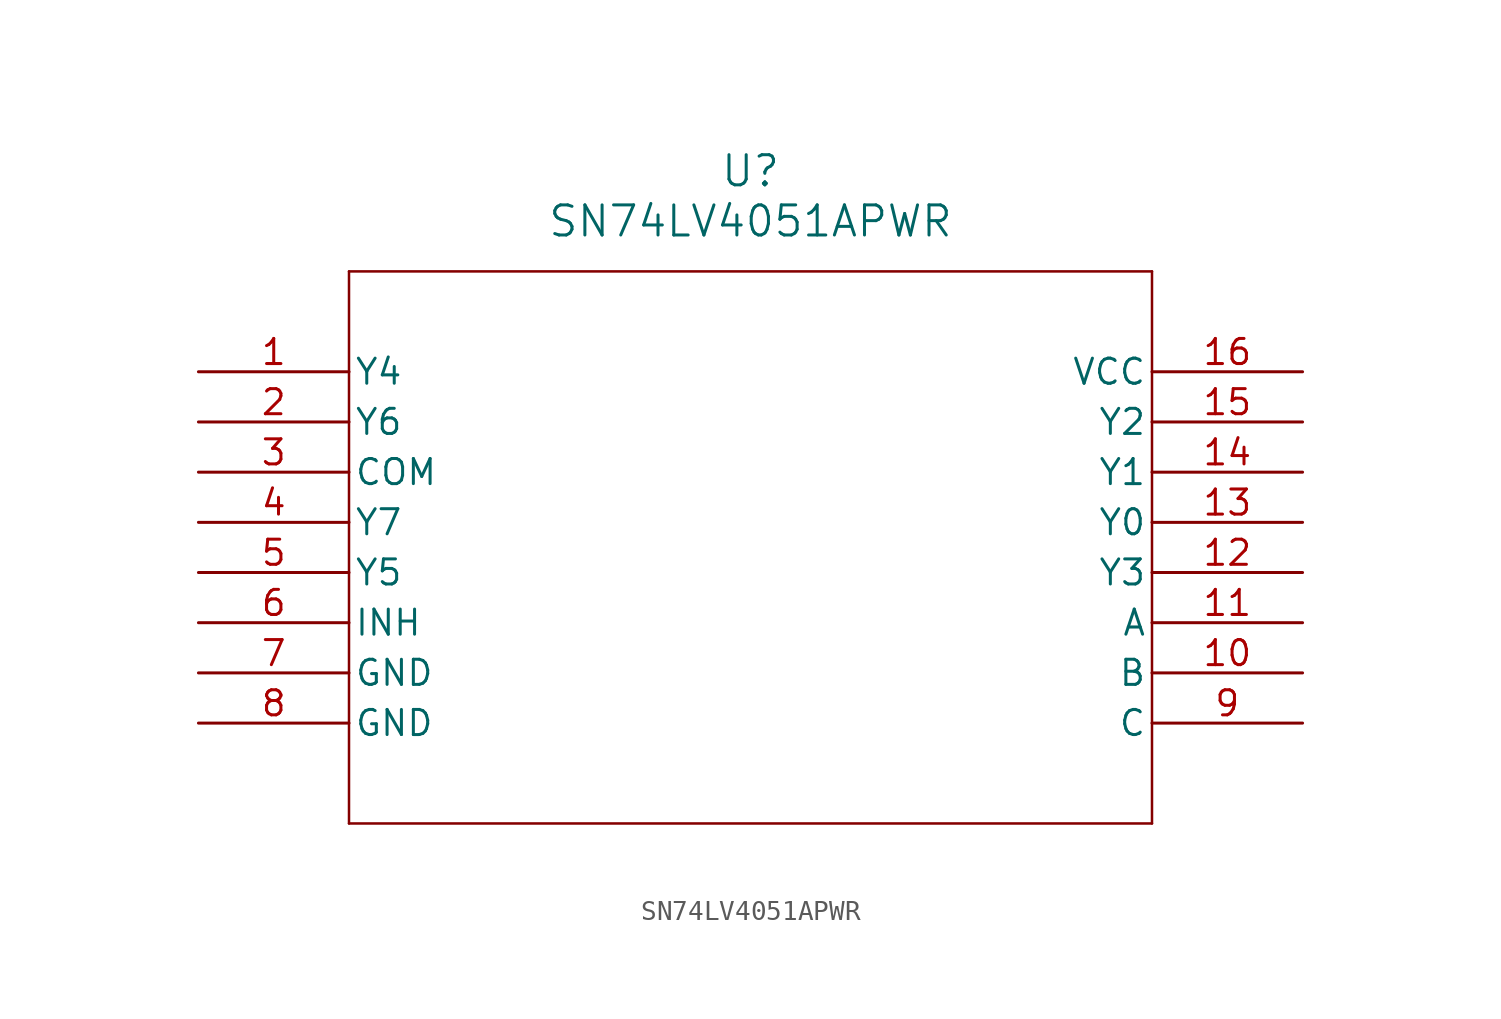
<source format=kicad_sym>
(kicad_symbol_lib
  (version 20211014)
  (generator kicad_symbol_editor)
  (symbol "SN74LV4051APWR"
    (pin_names
      (offset 0.254))
    (property "Reference" "U"
      (at 27.94 10.16 0)
      (effects (font (size 1.524 1.524))))
    (property "Value" "SN74LV4051APWR"
      (at 27.94 7.62 0)
      (effects (font (size 1.524 1.524))))
    (polyline
      (pts (xy 7.62 5.08) (xy 7.62 -22.86))
      (stroke (width 0.127) (type default) (color 0 0 0 0))
      (fill (type none)))
    (polyline
      (pts (xy 7.62 -22.86) (xy 48.26 -22.86))
      (stroke (width 0.127) (type default) (color 0 0 0 0))
      (fill (type none)))
    (polyline
      (pts (xy 48.26 -22.86) (xy 48.26 5.08))
      (stroke (width 0.127) (type default) (color 0 0 0 0))
      (fill (type none)))
    (polyline
      (pts (xy 48.26 5.08) (xy 7.62 5.08))
      (stroke (width 0.127) (type default) (color 0 0 0 0))
      (fill (type none)))
    (pin output line
      (at 0 0 0)
      (length 7.62)
      (name "Y4" (effects (font (size 1.27 1.27))))
      (number "1" (effects (font (size 1.27 1.27)))))
    (pin output line
      (at 0 -2.54 0)
      (length 7.62)
      (name "Y6" (effects (font (size 1.27 1.27))))
      (number "2" (effects (font (size 1.27 1.27)))))
    (pin input line
      (at 0 -5.08 0)
      (length 7.62)
      (name "COM" (effects (font (size 1.27 1.27))))
      (number "3" (effects (font (size 1.27 1.27)))))
    (pin output line
      (at 0 -7.62 0)
      (length 7.62)
      (name "Y7" (effects (font (size 1.27 1.27))))
      (number "4" (effects (font (size 1.27 1.27)))))
    (pin output line
      (at 0 -10.16 0)
      (length 7.62)
      (name "Y5" (effects (font (size 1.27 1.27))))
      (number "5" (effects (font (size 1.27 1.27)))))
    (pin input line
      (at 0 -12.7 0)
      (length 7.62)
      (name "INH" (effects (font (size 1.27 1.27))))
      (number "6" (effects (font (size 1.27 1.27)))))
    (pin power_in line
      (at 0 -15.24 0)
      (length 7.62)
      (name "GND" (effects (font (size 1.27 1.27))))
      (number "7" (effects (font (size 1.27 1.27)))))
    (pin power_in line
      (at 0 -17.78 0)
      (length 7.62)
      (name "GND" (effects (font (size 1.27 1.27))))
      (number "8" (effects (font (size 1.27 1.27)))))
    (pin input line
      (at 55.88 -17.78 180)
      (length 7.62)
      (name "C" (effects (font (size 1.27 1.27))))
      (number "9" (effects (font (size 1.27 1.27)))))
    (pin input line
      (at 55.88 -15.24 180)
      (length 7.62)
      (name "B" (effects (font (size 1.27 1.27))))
      (number "10" (effects (font (size 1.27 1.27)))))
    (pin input line
      (at 55.88 -12.7 180)
      (length 7.62)
      (name "A" (effects (font (size 1.27 1.27))))
      (number "11" (effects (font (size 1.27 1.27)))))
    (pin output line
      (at 55.88 -10.16 180)
      (length 7.62)
      (name "Y3" (effects (font (size 1.27 1.27))))
      (number "12" (effects (font (size 1.27 1.27)))))
    (pin output line
      (at 55.88 -7.62 180)
      (length 7.62)
      (name "Y0" (effects (font (size 1.27 1.27))))
      (number "13" (effects (font (size 1.27 1.27)))))
    (pin output line
      (at 55.88 -5.08 180)
      (length 7.62)
      (name "Y1" (effects (font (size 1.27 1.27))))
      (number "14" (effects (font (size 1.27 1.27)))))
    (pin output line
      (at 55.88 -2.54 180)
      (length 7.62)
      (name "Y2" (effects (font (size 1.27 1.27))))
      (number "15" (effects (font (size 1.27 1.27)))))
    (pin power_in line
      (at 55.88 0 180)
      (length 7.62)
      (name "VCC" (effects (font (size 1.27 1.27))))
      (number "16" (effects (font (size 1.27 1.27)))))))
</source>
